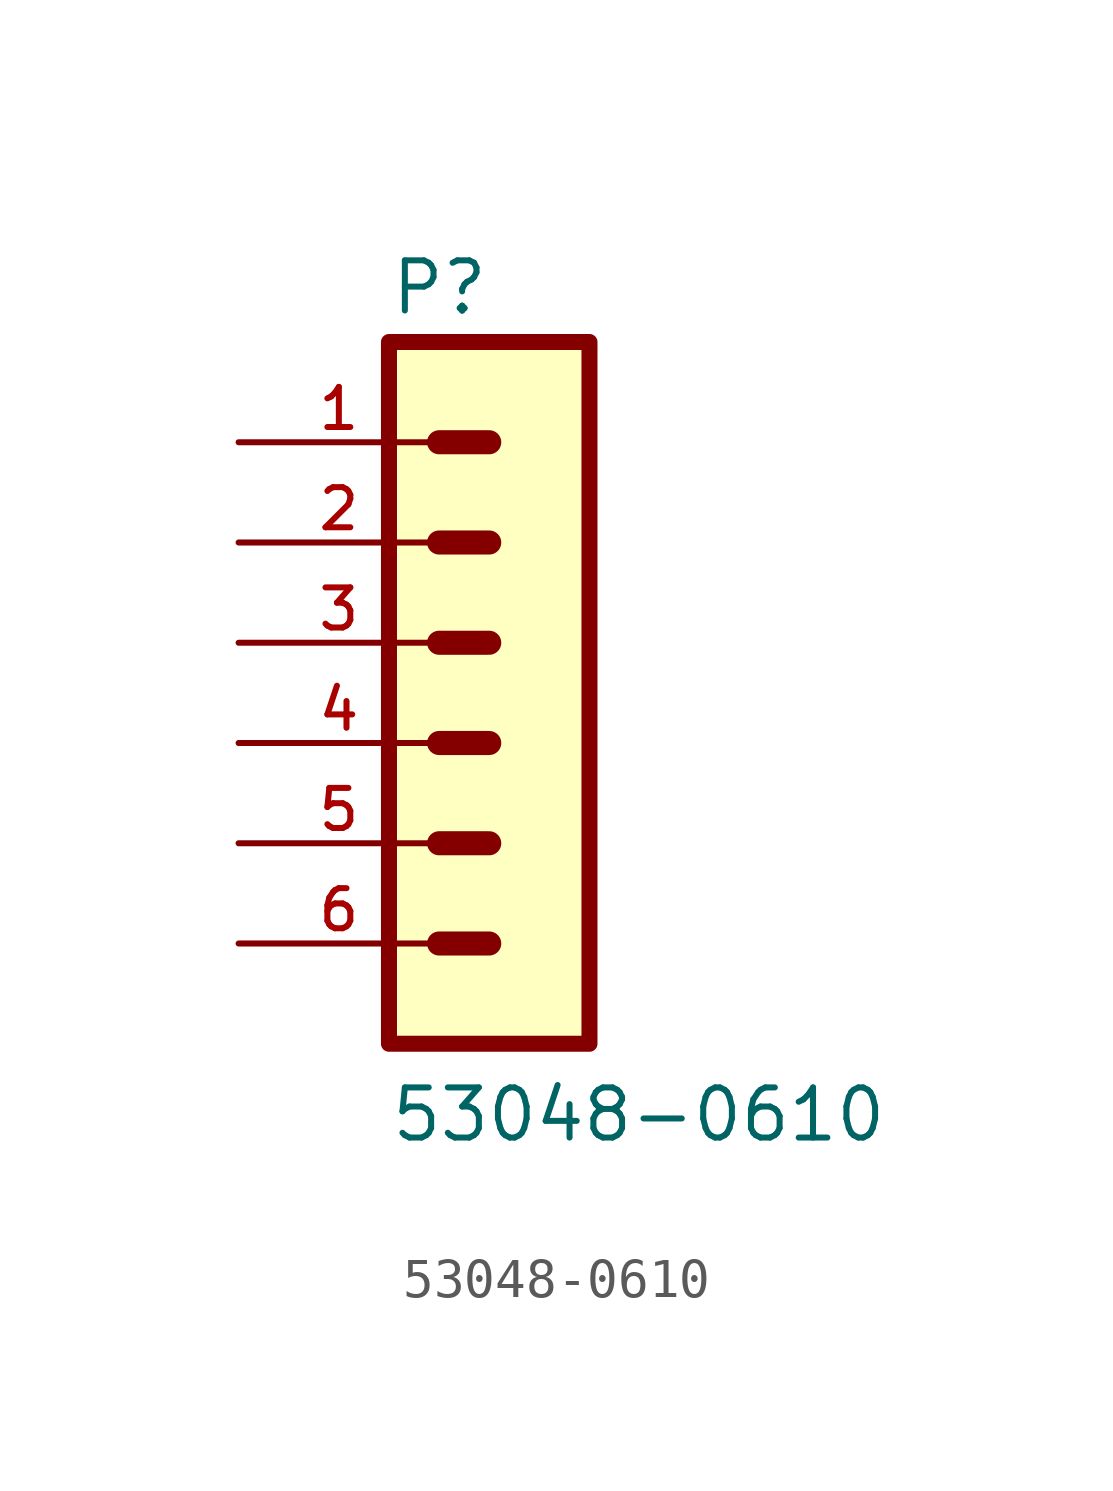
<source format=kicad_sym>
(kicad_symbol_lib
  (version 20211014)
  (generator kicad_symbol_editor)
  (symbol "53048-0610"
    (pin_names
      (offset 1.016))
    (property "Reference" "P"
      (at -1.27 10.795 0)
      (effects (font (size 1.27 1.27)) (justify bottom left)))
    (property "Value" "53048-0610"
      (at -1.27 -10.16 0)
      (effects (font (size 1.27 1.27)) (justify bottom left)))
    (symbol "53048-0610_0_0"
      (polyline (pts (xy 1.27 7.62) (xy 0.0 7.62)) (stroke (width 0.61)))
      (polyline (pts (xy 1.27 5.08) (xy 0.0 5.08)) (stroke (width 0.61)))
      (polyline (pts (xy 1.27 2.54) (xy 0.0 2.54)) (stroke (width 0.61)))
      (polyline (pts (xy 1.27 0.0) (xy 0.0 0.0)) (stroke (width 0.61)))
      (polyline (pts (xy 1.27 -2.54) (xy 0.0 -2.54)) (stroke (width 0.61)))
      (polyline (pts (xy 1.27 -5.08) (xy 0.0 -5.08)) (stroke (width 0.61)))
      (rectangle (start -1.27 -7.62) (end 3.81 10.16) (stroke (width 0.406)) (fill (type background)))
      (pin passive line (at -5.08 7.62 0) (length 5.08) (name "~" (effects (font (size 1.016 1.016)))) (number "1" (effects (font (size 1.016 1.016)))))
      (pin passive line (at -5.08 5.08 0) (length 5.08) (name "~" (effects (font (size 1.016 1.016)))) (number "2" (effects (font (size 1.016 1.016)))))
      (pin passive line (at -5.08 2.54 0) (length 5.08) (name "~" (effects (font (size 1.016 1.016)))) (number "3" (effects (font (size 1.016 1.016)))))
      (pin passive line (at -5.08 0.0 0) (length 5.08) (name "~" (effects (font (size 1.016 1.016)))) (number "4" (effects (font (size 1.016 1.016)))))
      (pin passive line (at -5.08 -2.54 0) (length 5.08) (name "~" (effects (font (size 1.016 1.016)))) (number "5" (effects (font (size 1.016 1.016)))))
      (pin passive line (at -5.08 -5.08 0) (length 5.08) (name "~" (effects (font (size 1.016 1.016)))) (number "6" (effects (font (size 1.016 1.016))))))))
</source>
